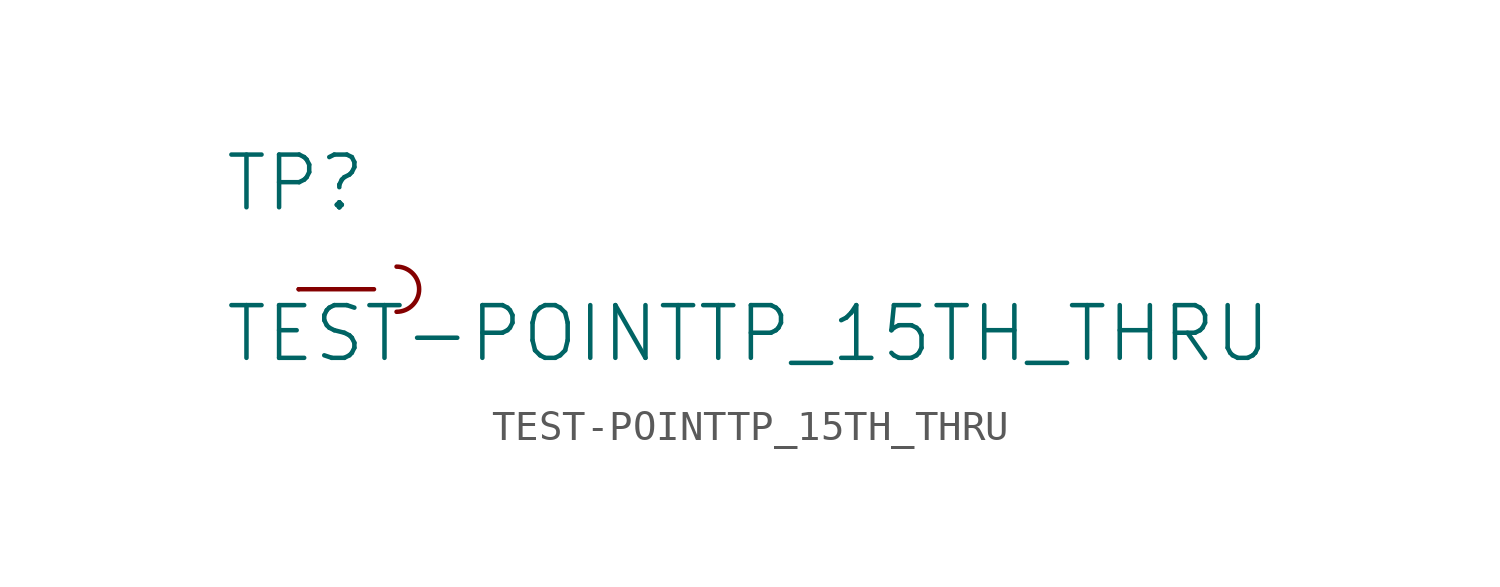
<source format=kicad_sym>
(kicad_symbol_lib
  (version 20211014)
  (generator kicad_symbol_editor)
  (symbol "TEST-POINTTP_15TH_THRU"
    (property "Reference" "TP"
      (at -2.54 2.54 0)
      (effects (font (size 1.778 1.778)) (justify left bottom)))
    (property "Value" "TEST-POINTTP_15TH_THRU"
      (at -2.54 -2.54 0)
      (effects (font (size 1.778 1.778)) (justify left bottom)))
    (property "ki_locked" ""
      (at 0 0 0)
      (effects (font (size 1.27 1.27))))
    (symbol "TEST-POINTTP_15TH_THRU_1_0"
      (polyline (pts (xy 2.54 0) (xy 0 0)) (stroke (width 0.152) (type default) (color 0 0 0 0)) (fill (type none)))
      (arc (start 3.302 -0.762) (mid 4.064 0) (end 3.302 0.762) (stroke (width 0.1524) (type default) (color 0 0 0 0)) (fill (type none)))
      (pin bidirectional line (at 0 0 180) (length 0) (name "1" (effects (font (size 0 0)))) (number "1" (effects (font (size 0 0))))))))
</source>
